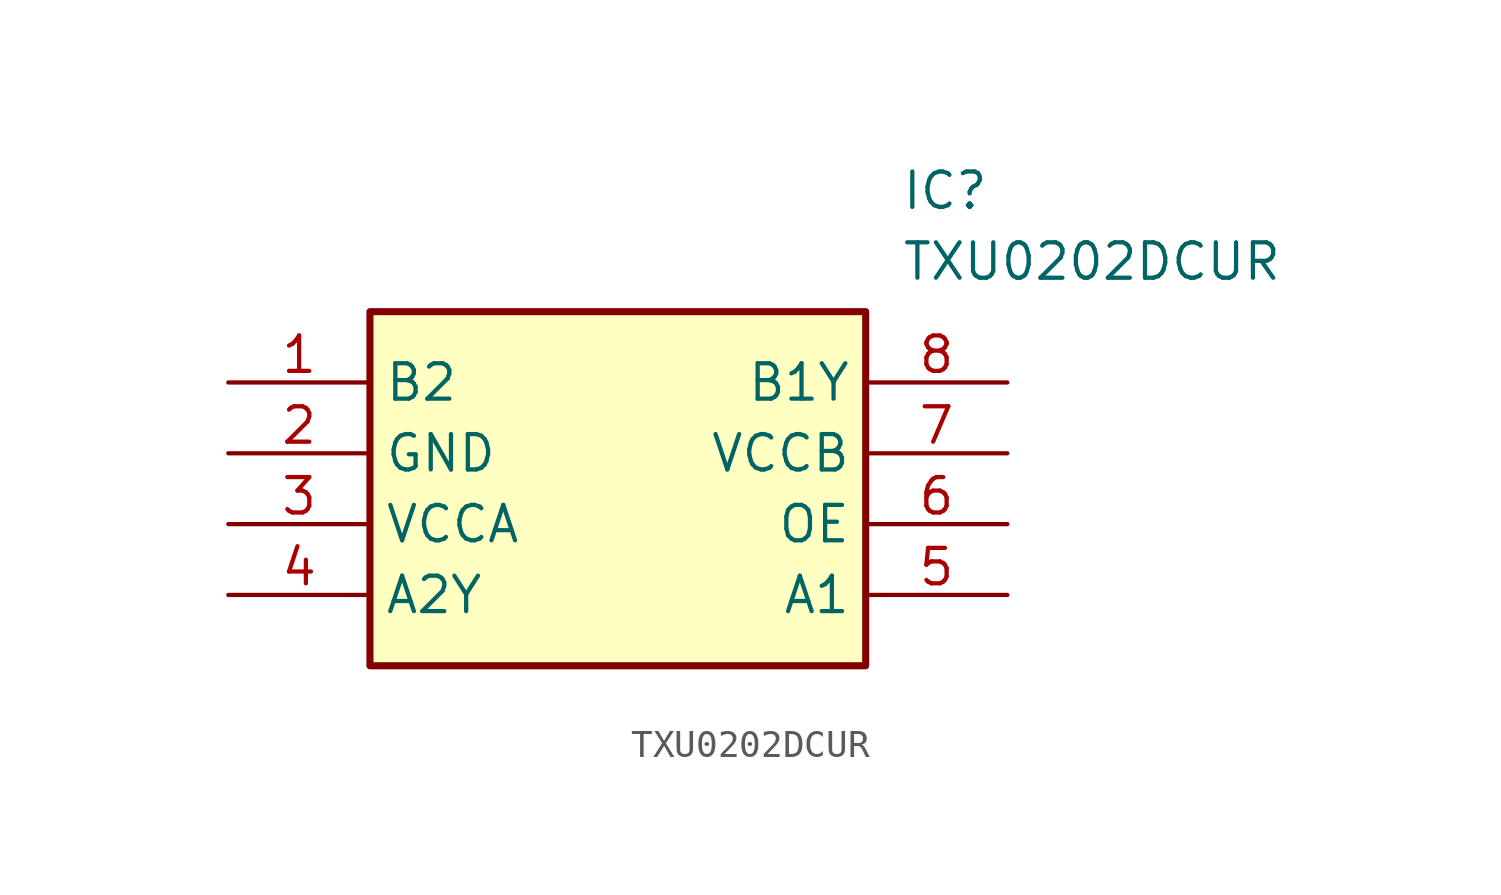
<source format=kicad_sym>
(kicad_symbol_lib
  (version 20211014)
  (generator SamacSys_ECAD_Model)
  (symbol "TXU0202DCUR"
    (property "Reference" "IC"
      (at 24.13 7.62 0)
      (effects (font (size 1.27 1.27)) (justify left top)))
    (property "Value" "TXU0202DCUR"
      (at 24.13 5.08 0)
      (effects (font (size 1.27 1.27)) (justify left top)))
    (rectangle
      (start 5.08 2.54)
      (end 22.86 -10.16)
      (stroke (width 0.254) (type default))
      (fill (type background)))
    (pin input line
      (at 0 0 0)
      (length 5.08)
      (name "B2" (effects (font (size 1.27 1.27))))
      (number "1" (effects (font (size 1.27 1.27)))))
    (pin power_in line
      (at 0 -2.54 0)
      (length 5.08)
      (name "GND" (effects (font (size 1.27 1.27))))
      (number "2" (effects (font (size 1.27 1.27)))))
    (pin power_in line
      (at 0 -5.08 0)
      (length 5.08)
      (name "VCCA" (effects (font (size 1.27 1.27))))
      (number "3" (effects (font (size 1.27 1.27)))))
    (pin output line
      (at 0 -7.62 0)
      (length 5.08)
      (name "A2Y" (effects (font (size 1.27 1.27))))
      (number "4" (effects (font (size 1.27 1.27)))))
    (pin output line
      (at 27.94 0 180)
      (length 5.08)
      (name "B1Y" (effects (font (size 1.27 1.27))))
      (number "8" (effects (font (size 1.27 1.27)))))
    (pin power_in line
      (at 27.94 -2.54 180)
      (length 5.08)
      (name "VCCB" (effects (font (size 1.27 1.27))))
      (number "7" (effects (font (size 1.27 1.27)))))
    (pin input line
      (at 27.94 -5.08 180)
      (length 5.08)
      (name "OE" (effects (font (size 1.27 1.27))))
      (number "6" (effects (font (size 1.27 1.27)))))
    (pin input line
      (at 27.94 -7.62 180)
      (length 5.08)
      (name "A1" (effects (font (size 1.27 1.27))))
      (number "5" (effects (font (size 1.27 1.27)))))))
</source>
